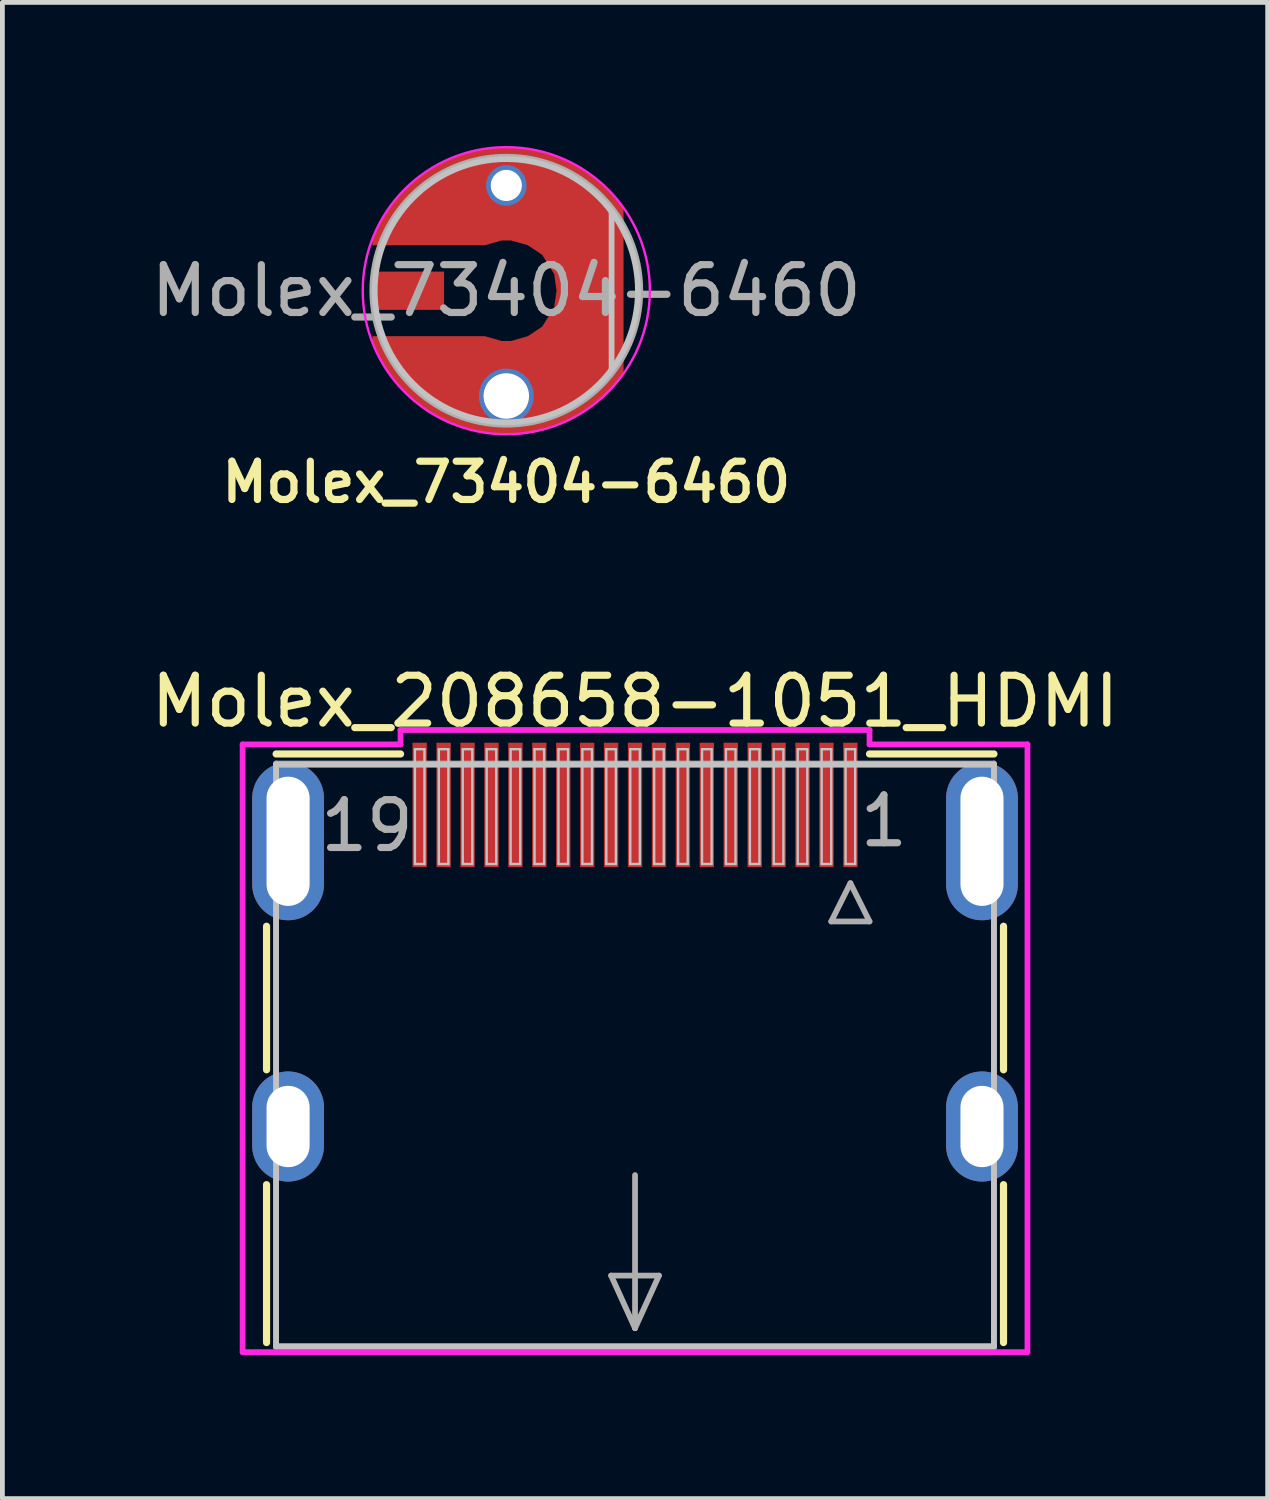
<source format=kicad_pcb>
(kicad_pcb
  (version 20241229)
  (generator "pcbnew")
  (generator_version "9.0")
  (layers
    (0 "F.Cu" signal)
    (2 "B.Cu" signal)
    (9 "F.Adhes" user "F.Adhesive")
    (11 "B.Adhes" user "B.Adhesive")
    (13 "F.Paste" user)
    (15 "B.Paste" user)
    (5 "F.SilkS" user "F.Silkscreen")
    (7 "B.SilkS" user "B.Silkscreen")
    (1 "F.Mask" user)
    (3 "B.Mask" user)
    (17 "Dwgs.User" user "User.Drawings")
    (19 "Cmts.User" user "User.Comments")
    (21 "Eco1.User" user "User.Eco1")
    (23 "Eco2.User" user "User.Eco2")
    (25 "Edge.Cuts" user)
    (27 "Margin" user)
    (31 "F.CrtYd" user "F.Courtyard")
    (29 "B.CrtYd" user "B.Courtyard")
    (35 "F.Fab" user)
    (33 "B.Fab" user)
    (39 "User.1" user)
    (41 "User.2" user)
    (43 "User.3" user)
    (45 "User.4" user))
  (footprint "Molex_73404-6460"
    (layer "F.Cu")
    (at 7.53 3.025)
    (property "Reference" "Molex_73404-6460" (at 0 4 0) (layer "F.SilkS") (effects (font (size 0.8 0.8) (thickness 0.15))))
    (attr smd)
    (fp_line (start 2.2 -1.65) (end 2.2 1.65) (stroke (width 0.12) (type solid)) (layer "Dwgs.User"))
    (fp_circle (center 0 -2.2) (end 0.25 -2.2) (stroke (width 0.12) (type solid)) (fill no) (layer "Dwgs.User"))
    (fp_circle (center 0 0) (end 2.75 0) (stroke (width 0.12) (type solid)) (fill no) (layer "Dwgs.User"))
    (fp_circle (center 0 2.2) (end 0.4 2.2) (stroke (width 0.12) (type solid)) (fill no) (layer "Dwgs.User"))
    (fp_circle (center 0 0) (end 3 0) (stroke (width 0.05) (type solid)) (fill no) (layer "F.CrtYd"))
    (fp_circle (center 0 0) (end 2.8 0) (stroke (width 0.12) (type solid)) (fill no) (layer "F.Fab"))
    (fp_text user "${REFERENCE}" (at 0 0 0) (layer "F.Fab") (effects (font (size 1 1) (thickness 0.15))))
    (pad "" smd custom (at -1.5 -1.5) (size 0.5 0.5) (layers "F.Paste") (options (anchor circle)) (primitives (gr_poly (pts (xy -1.2 0.45) (xy -1 0) (xy -0.65 -0.5) (xy -0.2 -0.9) (xy 0.35 -1.2) (xy 0.9 -1.35) (xy 0.9 0.45)) (width 0) (fill yes))))
    (pad "" smd custom (at -1.5 1.5 180) (size 0.5 0.5) (layers "F.Paste") (options (anchor circle)) (primitives (gr_poly (pts (xy 1.2 0.45) (xy 1 0) (xy 0.65 -0.5) (xy 0.2 -0.9) (xy -0.35 -1.2) (xy -0.9 -1.35) (xy -0.9 0.45)) (width 0) (fill yes))))
    (pad "" smd rect (at 0 -2.8) (size 0.6 0.3) (layers "F.Paste"))
    (pad "" smd rect (at 0 -1.45) (size 0.6 0.6) (layers "F.Paste"))
    (pad "" smd rect (at 0 1.35) (size 0.6 0.5) (layers "F.Paste"))
    (pad "" smd rect (at 0 2.85) (size 0.6 0.25) (layers "F.Paste"))
    (pad "" smd custom (at 1.5 -1.5) (size 0.5 0.5) (layers "F.Paste") (options (anchor circle)) (primitives (gr_poly (pts (xy -0.9 -1.3) (xy 0.15 -0.85) (xy 0.8 -0.2) (xy 0.8 0.65) (xy -0.6 0.65) (xy -0.9 0.45)) (width 0) (fill yes))))
    (pad "" smd custom (at 1.5 1.5 180) (size 0.5 0.5) (layers "F.Paste") (options (anchor circle)) (primitives (gr_poly (pts (xy 0.9 -1.3) (xy -0.15 -0.85) (xy -0.8 -0.2) (xy -0.8 0.65) (xy 0.6 0.65) (xy 0.9 0.45)) (width 0) (fill yes))))
    (pad "" smd rect (at 1.75 0) (size 1.3 1) (layers "F.Paste"))
    (pad "1" smd rect (at -2.05 0) (size 1.5 0.8) (layers "F.Cu" "F.Mask" "F.Paste"))
    (pad "2" thru_hole custom (at 0 -2.2) (size 0.85 0.85) (drill 0.65) (layers "*.Mask" "F.Cu") (options (anchor circle)) (primitives))
    (pad "2" thru_hole custom (at 0 2.2) (size 1.15 1.15) (drill 0.95) (layers "*.Mask" "F.Cu") (options (anchor circle)) (primitives))
    (pad "2" smd custom (at 2 0) (size 0.5 0.5) (layers "F.Cu" "F.Mask") (options (anchor circle)) (primitives (gr_poly (pts (xy -0.95 0) (xy -1 -0.35) (xy -1.25 -0.75) (xy -1.55 -0.95) (xy -1.9 -1.05) (xy -2.1 -1.05) (xy -2.45 -0.95) (xy -4.8 -0.95) (xy -4.8 -1.1) (xy -4.55 -1.6) (xy -4.2 -2.05) (xy -3.75 -2.45) (xy -3.2 -2.75) (xy -2.8 -2.9) (xy -2.25 -3) (xy -1.75 -3) (xy -1.2 -2.9) (xy -0.8 -2.75) (xy -0.25 -2.45) (xy 0.2 -2.05) (xy 0.45 -1.75) (xy 0.45 1.75) (xy 0.2 2.05) (xy -0.25 2.45) (xy -0.8 2.75) (xy -1.2 2.9) (xy -1.75 3) (xy -2.25 3) (xy -2.8 2.9) (xy -3.2 2.75) (xy -3.75 2.45) (xy -4.2 2.05) (xy -4.55 1.6) (xy -4.8 1.1) (xy -4.8 0.95) (xy -2.45 0.95) (xy -2.1 1.05) (xy -1.9 1.05) (xy -1.55 0.95) (xy -1.25 0.75) (xy -1 0.35)) (width 0) (fill yes)))))
  (footprint "Molex_208658-1051_HDMI"
    (layer "F.Cu")
    (at 10.22 19.005)
    (property "Reference" "Molex_208658-1051_HDMI" (at 0 -7.4 0) (layer "F.SilkS") (effects (font (size 1 1) (thickness 0.15))))
    (attr smd)
    (fp_line (start -7.7 0.3) (end -7.7 -2.7) (stroke (width 0.15) (type solid)) (layer "F.SilkS"))
    (fp_line (start -7.7 6) (end -7.7 2.7) (stroke (width 0.15) (type solid)) (layer "F.SilkS"))
    (fp_line (start -7.5 -6.3) (end -4.9 -6.3) (stroke (width 0.15) (type solid)) (layer "F.SilkS"))
    (fp_line (start 4.9 -6.3) (end 7.5 -6.3) (stroke (width 0.15) (type solid)) (layer "F.SilkS"))
    (fp_line (start 7.7 0.3) (end 7.7 -2.7) (stroke (width 0.15) (type solid)) (layer "F.SilkS"))
    (fp_line (start 7.7 2.7) (end 7.7 6) (stroke (width 0.15) (type solid)) (layer "F.SilkS"))
    (fp_line (start -7.5 -6.075) (end 7.5 -6.075) (stroke (width 0.12) (type solid)) (layer "Dwgs.User"))
    (fp_line (start -7.5 6.075) (end -7.5 -6.075) (stroke (width 0.12) (type solid)) (layer "Dwgs.User"))
    (fp_line (start -4.6 -6.4) (end -4.4 -6.4) (stroke (width 0.05) (type solid)) (layer "Dwgs.User"))
    (fp_line (start -4.6 -4) (end -4.6 -6.4) (stroke (width 0.05) (type solid)) (layer "Dwgs.User"))
    (fp_line (start -4.4 -6.4) (end -4.4 -4) (stroke (width 0.05) (type solid)) (layer "Dwgs.User"))
    (fp_line (start -4.4 -4) (end -4.6 -4) (stroke (width 0.05) (type solid)) (layer "Dwgs.User"))
    (fp_line (start -4.1 -6.4) (end -3.9 -6.4) (stroke (width 0.05) (type solid)) (layer "Dwgs.User"))
    (fp_line (start -4.1 -4) (end -4.1 -6.4) (stroke (width 0.05) (type solid)) (layer "Dwgs.User"))
    (fp_line (start -3.9 -6.4) (end -3.9 -4) (stroke (width 0.05) (type solid)) (layer "Dwgs.User"))
    (fp_line (start -3.9 -4) (end -4.1 -4) (stroke (width 0.05) (type solid)) (layer "Dwgs.User"))
    (fp_line (start -3.6 -6.4) (end -3.4 -6.4) (stroke (width 0.05) (type solid)) (layer "Dwgs.User"))
    (fp_line (start -3.6 -4) (end -3.6 -6.4) (stroke (width 0.05) (type solid)) (layer "Dwgs.User"))
    (fp_line (start -3.4 -6.4) (end -3.4 -4) (stroke (width 0.05) (type solid)) (layer "Dwgs.User"))
    (fp_line (start -3.4 -4) (end -3.6 -4) (stroke (width 0.05) (type solid)) (layer "Dwgs.User"))
    (fp_line (start -3.1 -6.4) (end -2.9 -6.4) (stroke (width 0.05) (type solid)) (layer "Dwgs.User"))
    (fp_line (start -3.1 -4) (end -3.1 -6.4) (stroke (width 0.05) (type solid)) (layer "Dwgs.User"))
    (fp_line (start -2.9 -6.4) (end -2.9 -4) (stroke (width 0.05) (type solid)) (layer "Dwgs.User"))
    (fp_line (start -2.9 -4) (end -3.1 -4) (stroke (width 0.05) (type solid)) (layer "Dwgs.User"))
    (fp_line (start -2.6 -6.4) (end -2.4 -6.4) (stroke (width 0.05) (type solid)) (layer "Dwgs.User"))
    (fp_line (start -2.6 -4) (end -2.6 -6.4) (stroke (width 0.05) (type solid)) (layer "Dwgs.User"))
    (fp_line (start -2.4 -6.4) (end -2.4 -4) (stroke (width 0.05) (type solid)) (layer "Dwgs.User"))
    (fp_line (start -2.4 -4) (end -2.6 -4) (stroke (width 0.05) (type solid)) (layer "Dwgs.User"))
    (fp_line (start -2.1 -6.4) (end -1.9 -6.4) (stroke (width 0.05) (type solid)) (layer "Dwgs.User"))
    (fp_line (start -2.1 -4) (end -2.1 -6.4) (stroke (width 0.05) (type solid)) (layer "Dwgs.User"))
    (fp_line (start -1.9 -6.4) (end -1.9 -4) (stroke (width 0.05) (type solid)) (layer "Dwgs.User"))
    (fp_line (start -1.9 -4) (end -2.1 -4) (stroke (width 0.05) (type solid)) (layer "Dwgs.User"))
    (fp_line (start -1.6 -6.4) (end -1.4 -6.4) (stroke (width 0.05) (type solid)) (layer "Dwgs.User"))
    (fp_line (start -1.6 -4) (end -1.6 -6.4) (stroke (width 0.05) (type solid)) (layer "Dwgs.User"))
    (fp_line (start -1.4 -6.4) (end -1.4 -4) (stroke (width 0.05) (type solid)) (layer "Dwgs.User"))
    (fp_line (start -1.4 -4) (end -1.6 -4) (stroke (width 0.05) (type solid)) (layer "Dwgs.User"))
    (fp_line (start -1.1 -6.4) (end -0.9 -6.4) (stroke (width 0.05) (type solid)) (layer "Dwgs.User"))
    (fp_line (start -1.1 -4) (end -1.1 -6.4) (stroke (width 0.05) (type solid)) (layer "Dwgs.User"))
    (fp_line (start -0.9 -6.4) (end -0.9 -4) (stroke (width 0.05) (type solid)) (layer "Dwgs.User"))
    (fp_line (start -0.9 -4) (end -1.1 -4) (stroke (width 0.05) (type solid)) (layer "Dwgs.User"))
    (fp_line (start -0.6 -6.4) (end -0.4 -6.4) (stroke (width 0.05) (type solid)) (layer "Dwgs.User"))
    (fp_line (start -0.6 -4) (end -0.6 -6.4) (stroke (width 0.05) (type solid)) (layer "Dwgs.User"))
    (fp_line (start -0.4 -6.4) (end -0.4 -4) (stroke (width 0.05) (type solid)) (layer "Dwgs.User"))
    (fp_line (start -0.4 -4) (end -0.6 -4) (stroke (width 0.05) (type solid)) (layer "Dwgs.User"))
    (fp_line (start -0.1 -6.4) (end 0.1 -6.4) (stroke (width 0.05) (type solid)) (layer "Dwgs.User"))
    (fp_line (start -0.1 -4) (end -0.1 -6.4) (stroke (width 0.05) (type solid)) (layer "Dwgs.User"))
    (fp_line (start 0.1 -6.4) (end 0.1 -4) (stroke (width 0.05) (type solid)) (layer "Dwgs.User"))
    (fp_line (start 0.1 -4) (end -0.1 -4) (stroke (width 0.05) (type solid)) (layer "Dwgs.User"))
    (fp_line (start 0.4 -6.4) (end 0.6 -6.4) (stroke (width 0.05) (type solid)) (layer "Dwgs.User"))
    (fp_line (start 0.4 -4) (end 0.4 -6.4) (stroke (width 0.05) (type solid)) (layer "Dwgs.User"))
    (fp_line (start 0.6 -6.4) (end 0.6 -4) (stroke (width 0.05) (type solid)) (layer "Dwgs.User"))
    (fp_line (start 0.6 -4) (end 0.4 -4) (stroke (width 0.05) (type solid)) (layer "Dwgs.User"))
    (fp_line (start 0.9 -6.4) (end 1.1 -6.4) (stroke (width 0.05) (type solid)) (layer "Dwgs.User"))
    (fp_line (start 0.9 -4) (end 0.9 -6.4) (stroke (width 0.05) (type solid)) (layer "Dwgs.User"))
    (fp_line (start 1.1 -6.4) (end 1.1 -4) (stroke (width 0.05) (type solid)) (layer "Dwgs.User"))
    (fp_line (start 1.1 -4) (end 0.9 -4) (stroke (width 0.05) (type solid)) (layer "Dwgs.User"))
    (fp_line (start 1.4 -6.4) (end 1.6 -6.4) (stroke (width 0.05) (type solid)) (layer "Dwgs.User"))
    (fp_line (start 1.4 -4) (end 1.4 -6.4) (stroke (width 0.05) (type solid)) (layer "Dwgs.User"))
    (fp_line (start 1.6 -6.4) (end 1.6 -4) (stroke (width 0.05) (type solid)) (layer "Dwgs.User"))
    (fp_line (start 1.6 -4) (end 1.4 -4) (stroke (width 0.05) (type solid)) (layer "Dwgs.User"))
    (fp_line (start 1.9 -6.4) (end 2.1 -6.4) (stroke (width 0.05) (type solid)) (layer "Dwgs.User"))
    (fp_line (start 1.9 -4) (end 1.9 -6.4) (stroke (width 0.05) (type solid)) (layer "Dwgs.User"))
    (fp_line (start 2.1 -6.4) (end 2.1 -4) (stroke (width 0.05) (type solid)) (layer "Dwgs.User"))
    (fp_line (start 2.1 -4) (end 1.9 -4) (stroke (width 0.05) (type solid)) (layer "Dwgs.User"))
    (fp_line (start 2.4 -6.4) (end 2.6 -6.4) (stroke (width 0.05) (type solid)) (layer "Dwgs.User"))
    (fp_line (start 2.4 -4) (end 2.4 -6.4) (stroke (width 0.05) (type solid)) (layer "Dwgs.User"))
    (fp_line (start 2.6 -6.4) (end 2.6 -4) (stroke (width 0.05) (type solid)) (layer "Dwgs.User"))
    (fp_line (start 2.6 -4) (end 2.4 -4) (stroke (width 0.05) (type solid)) (layer "Dwgs.User"))
    (fp_line (start 2.9 -6.4) (end 3.1 -6.4) (stroke (width 0.05) (type solid)) (layer "Dwgs.User"))
    (fp_line (start 2.9 -4) (end 2.9 -6.4) (stroke (width 0.05) (type solid)) (layer "Dwgs.User"))
    (fp_line (start 3.1 -6.4) (end 3.1 -4) (stroke (width 0.05) (type solid)) (layer "Dwgs.User"))
    (fp_line (start 3.1 -4) (end 2.9 -4) (stroke (width 0.05) (type solid)) (layer "Dwgs.User"))
    (fp_line (start 3.4 -6.4) (end 3.6 -6.4) (stroke (width 0.05) (type solid)) (layer "Dwgs.User"))
    (fp_line (start 3.4 -4) (end 3.4 -6.4) (stroke (width 0.05) (type solid)) (layer "Dwgs.User"))
    (fp_line (start 3.6 -6.4) (end 3.6 -4) (stroke (width 0.05) (type solid)) (layer "Dwgs.User"))
    (fp_line (start 3.6 -4) (end 3.4 -4) (stroke (width 0.05) (type solid)) (layer "Dwgs.User"))
    (fp_line (start 3.9 -6.4) (end 4.1 -6.4) (stroke (width 0.05) (type solid)) (layer "Dwgs.User"))
    (fp_line (start 3.9 -4) (end 3.9 -6.4) (stroke (width 0.05) (type solid)) (layer "Dwgs.User"))
    (fp_line (start 4.1 -6.4) (end 4.1 -4) (stroke (width 0.05) (type solid)) (layer "Dwgs.User"))
    (fp_line (start 4.1 -4) (end 3.9 -4) (stroke (width 0.05) (type solid)) (layer "Dwgs.User"))
    (fp_line (start 4.4 -6.4) (end 4.6 -6.4) (stroke (width 0.05) (type solid)) (layer "Dwgs.User"))
    (fp_line (start 4.4 -4) (end 4.4 -6.4) (stroke (width 0.05) (type solid)) (layer "Dwgs.User"))
    (fp_line (start 4.6 -6.4) (end 4.6 -4) (stroke (width 0.05) (type solid)) (layer "Dwgs.User"))
    (fp_line (start 4.6 -4) (end 4.4 -4) (stroke (width 0.05) (type solid)) (layer "Dwgs.User"))
    (fp_line (start 7.5 -6.075) (end 7.5 6.075) (stroke (width 0.12) (type solid)) (layer "Dwgs.User"))
    (fp_line (start 7.5 6.075) (end -7.5 6.075) (stroke (width 0.12) (type solid)) (layer "Dwgs.User"))
    (fp_line (start -8.2 -6.5) (end -8.2 6.2) (stroke (width 0.12) (type solid)) (layer "F.CrtYd"))
    (fp_line (start -8.2 -6.5) (end -4.9 -6.5) (stroke (width 0.12) (type solid)) (layer "F.CrtYd"))
    (fp_line (start -8.2 6.2) (end 8.2 6.2) (stroke (width 0.12) (type solid)) (layer "F.CrtYd"))
    (fp_line (start -4.9 -6.8) (end 4.9 -6.8) (stroke (width 0.12) (type solid)) (layer "F.CrtYd"))
    (fp_line (start -4.9 -6.5) (end -4.9 -6.8) (stroke (width 0.12) (type solid)) (layer "F.CrtYd"))
    (fp_line (start 4.9 -6.8) (end 4.9 -6.5) (stroke (width 0.12) (type solid)) (layer "F.CrtYd"))
    (fp_line (start 8.2 -6.5) (end 4.9 -6.5) (stroke (width 0.12) (type solid)) (layer "F.CrtYd"))
    (fp_line (start 8.2 -6.5) (end 8.2 6.2) (stroke (width 0.12) (type solid)) (layer "F.CrtYd"))
    (fp_line (start -7.5 -6.1) (end 7.5 -6.1) (stroke (width 0.12) (type solid)) (layer "F.Fab"))
    (fp_line (start -7.5 6.1) (end -7.5 -6.1) (stroke (width 0.12) (type solid)) (layer "F.Fab"))
    (fp_line (start -0.5 4.6) (end 0.5 4.6) (stroke (width 0.12) (type solid)) (layer "F.Fab"))
    (fp_line (start 0 2.5) (end 0 5.7) (stroke (width 0.12) (type solid)) (layer "F.Fab"))
    (fp_line (start 0 5.7) (end -0.5 4.6) (stroke (width 0.12) (type solid)) (layer "F.Fab"))
    (fp_line (start 0.5 4.6) (end 0 5.7) (stroke (width 0.12) (type solid)) (layer "F.Fab"))
    (fp_line (start 4.1 -2.8) (end 4.9 -2.8) (stroke (width 0.12) (type solid)) (layer "F.Fab"))
    (fp_line (start 4.5 -3.6) (end 4.1 -2.8) (stroke (width 0.12) (type solid)) (layer "F.Fab"))
    (fp_line (start 4.9 -2.8) (end 4.5 -3.6) (stroke (width 0.12) (type solid)) (layer "F.Fab"))
    (fp_line (start 7.5 -6.1) (end 7.5 6.1) (stroke (width 0.12) (type solid)) (layer "F.Fab"))
    (fp_line (start 7.5 6.1) (end -7.5 6.1) (stroke (width 0.12) (type solid)) (layer "F.Fab"))
    (fp_text user "1" (at 5.2 -4.9 0) (layer "F.Fab") (effects (font (size 1 1) (thickness 0.15))))
    (fp_text user "19" (at -5.6 -4.8 0) (layer "F.Fab") (effects (font (size 1 1) (thickness 0.15))))
    (pad "1" smd rect (at 4.5 -5.235) (size 0.3 2.6) (layers "F.Cu" "F.Mask" "F.Paste"))
    (pad "2" smd rect (at 4 -5.235) (size 0.3 2.6) (layers "F.Cu" "F.Mask" "F.Paste"))
    (pad "3" smd rect (at 3.5 -5.235) (size 0.3 2.6) (layers "F.Cu" "F.Mask" "F.Paste"))
    (pad "4" smd rect (at 3 -5.235) (size 0.3 2.6) (layers "F.Cu" "F.Mask" "F.Paste"))
    (pad "5" smd rect (at 2.5 -5.235) (size 0.3 2.6) (layers "F.Cu" "F.Mask" "F.Paste"))
    (pad "6" smd rect (at 2 -5.235) (size 0.3 2.6) (layers "F.Cu" "F.Mask" "F.Paste"))
    (pad "7" smd rect (at 1.5 -5.235) (size 0.3 2.6) (layers "F.Cu" "F.Mask" "F.Paste"))
    (pad "8" smd rect (at 1 -5.235) (size 0.3 2.6) (layers "F.Cu" "F.Mask" "F.Paste"))
    (pad "9" smd rect (at 0.5 -5.235) (size 0.3 2.6) (layers "F.Cu" "F.Mask" "F.Paste"))
    (pad "10" smd rect (at 0 -5.235) (size 0.3 2.6) (layers "F.Cu" "F.Mask" "F.Paste"))
    (pad "11" smd rect (at -0.5 -5.235) (size 0.3 2.6) (layers "F.Cu" "F.Mask" "F.Paste"))
    (pad "12" smd rect (at -1 -5.235) (size 0.3 2.6) (layers "F.Cu" "F.Mask" "F.Paste"))
    (pad "13" smd rect (at -1.5 -5.235) (size 0.3 2.6) (layers "F.Cu" "F.Mask" "F.Paste"))
    (pad "14" smd rect (at -2 -5.235) (size 0.3 2.6) (layers "F.Cu" "F.Mask" "F.Paste"))
    (pad "15" smd rect (at -2.5 -5.235) (size 0.3 2.6) (layers "F.Cu" "F.Mask" "F.Paste"))
    (pad "16" smd rect (at -3 -5.235) (size 0.3 2.6) (layers "F.Cu" "F.Mask" "F.Paste"))
    (pad "17" smd rect (at -3.5 -5.235) (size 0.3 2.6) (layers "F.Cu" "F.Mask" "F.Paste"))
    (pad "18" smd rect (at -4 -5.235) (size 0.3 2.6) (layers "F.Cu" "F.Mask" "F.Paste"))
    (pad "19" smd rect (at -4.5 -5.235) (size 0.3 2.6) (layers "F.Cu" "F.Mask" "F.Paste"))
    (pad "M1" thru_hole oval (at -7.25 -4.475) (size 1.5 3.3) (drill oval 0.9 2.7) (layers "*.Cu" "*.Mask"))
    (pad "M2" thru_hole oval (at 7.25 -4.475) (size 1.5 3.3) (drill oval 0.9 2.7) (layers "*.Cu" "*.Mask"))
    (pad "M3" thru_hole oval (at 7.25 1.485) (size 1.5 2.3) (drill oval 0.9 1.7) (layers "*.Cu" "*.Mask"))
    (pad "M4" thru_hole oval (at -7.25 1.485) (size 1.5 2.3) (drill oval 0.9 1.7) (layers "*.Cu" "*.Mask")))
  (gr_rect
    (start -3 -3)
    (end 23.44 28.265)
    (stroke (width 0.1) (type default))
    (fill no)
    (layer "Edge.Cuts")))
</source>
